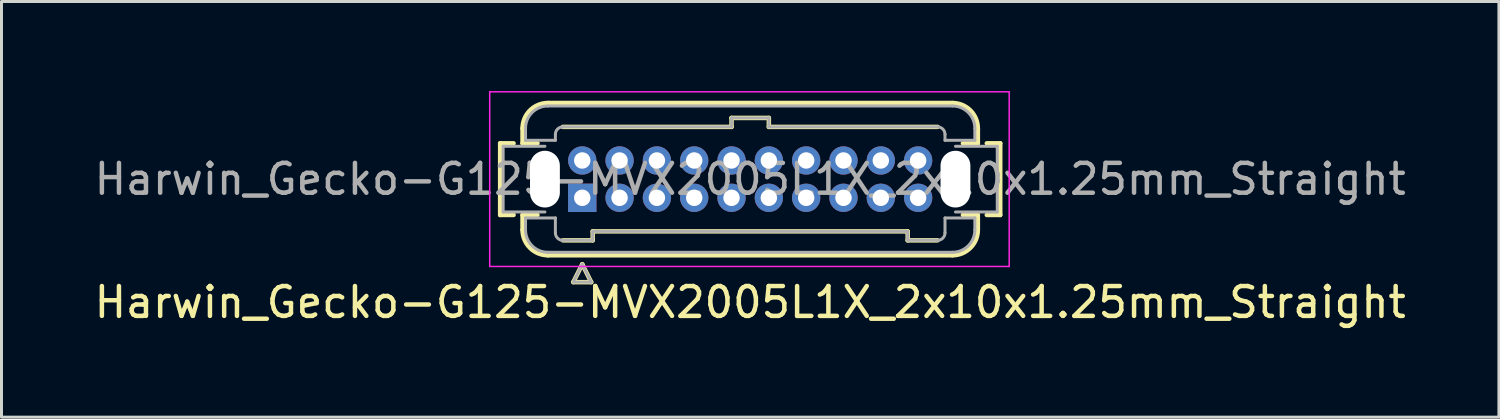
<source format=kicad_pcb>
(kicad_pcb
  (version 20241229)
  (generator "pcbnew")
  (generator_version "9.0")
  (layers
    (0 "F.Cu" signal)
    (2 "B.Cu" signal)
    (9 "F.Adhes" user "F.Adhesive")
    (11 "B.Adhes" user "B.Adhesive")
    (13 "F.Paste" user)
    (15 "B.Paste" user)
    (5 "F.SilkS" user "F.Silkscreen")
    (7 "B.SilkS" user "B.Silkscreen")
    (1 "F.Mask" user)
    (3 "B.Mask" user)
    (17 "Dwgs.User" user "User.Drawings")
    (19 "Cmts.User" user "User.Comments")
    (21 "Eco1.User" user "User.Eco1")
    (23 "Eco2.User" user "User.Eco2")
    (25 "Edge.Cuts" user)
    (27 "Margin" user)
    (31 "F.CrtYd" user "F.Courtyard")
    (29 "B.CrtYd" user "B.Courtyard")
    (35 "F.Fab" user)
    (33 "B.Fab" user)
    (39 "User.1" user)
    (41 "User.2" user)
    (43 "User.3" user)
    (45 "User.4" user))
  (footprint "Harwin_Gecko-G125-MVX2005L1X_2x10x1.25mm_Straight"
    (layer "F.Cu")
    (at 16.452 3.575)
    (property "Reference" "Harwin_Gecko-G125-MVX2005L1X_2x10x1.25mm_Straight" (at 5.625 3.5 0) (layer "F.SilkS") (effects (font (size 1 1) (thickness 0.15))))
    (attr through_hole)
    (fp_line (start -2.75 -1.825) (end -2.75 0.575) (stroke (width 0.15) (type solid)) (layer "F.SilkS"))
    (fp_line (start -2.75 0.575) (end -2.3 0.575) (stroke (width 0.15) (type solid)) (layer "F.SilkS"))
    (fp_line (start -2.3 -1.825) (end -2.75 -1.825) (stroke (width 0.15) (type solid)) (layer "F.SilkS"))
    (fp_line (start -2 -1.825) (end -2 -2.325) (stroke (width 0.15) (type solid)) (layer "F.SilkS"))
    (fp_line (start -2 -1.825) (end -1.5 -1.825) (stroke (width 0.15) (type solid)) (layer "F.SilkS"))
    (fp_line (start -2 0.575) (end -1.5 0.575) (stroke (width 0.15) (type solid)) (layer "F.SilkS"))
    (fp_line (start -2 1.075) (end -2 0.575) (stroke (width 0.15) (type solid)) (layer "F.SilkS"))
    (fp_line (start -1.15 -3.175) (end 12.4 -3.175) (stroke (width 0.15) (type solid)) (layer "F.SilkS"))
    (fp_line (start -1.15 1.925) (end 12.4 1.925) (stroke (width 0.15) (type solid)) (layer "F.SilkS"))
    (fp_line (start -0.65 -2.375) (end 5 -2.375) (stroke (width 0.15) (type solid)) (layer "F.SilkS"))
    (fp_line (start -0.65 1.425) (end 0.35 1.425) (stroke (width 0.15) (type solid)) (layer "F.SilkS"))
    (fp_line (start -0.3 2.825) (end 0.3 2.825) (stroke (width 0.15) (type solid)) (layer "F.SilkS"))
    (fp_line (start 0 2.225) (end -0.3 2.825) (stroke (width 0.15) (type solid)) (layer "F.SilkS"))
    (fp_line (start 0.3 2.825) (end 0 2.225) (stroke (width 0.15) (type solid)) (layer "F.SilkS"))
    (fp_line (start 0.35 1.125) (end 10.9 1.125) (stroke (width 0.15) (type solid)) (layer "F.SilkS"))
    (fp_line (start 0.35 1.425) (end 0.35 1.125) (stroke (width 0.15) (type solid)) (layer "F.SilkS"))
    (fp_line (start 5 -2.675) (end 6.25 -2.675) (stroke (width 0.15) (type solid)) (layer "F.SilkS"))
    (fp_line (start 5 -2.375) (end 5 -2.675) (stroke (width 0.15) (type solid)) (layer "F.SilkS"))
    (fp_line (start 6.25 -2.675) (end 6.25 -2.375) (stroke (width 0.15) (type solid)) (layer "F.SilkS"))
    (fp_line (start 6.25 -2.375) (end 11.9 -2.375) (stroke (width 0.15) (type solid)) (layer "F.SilkS"))
    (fp_line (start 10.9 1.125) (end 10.9 1.425) (stroke (width 0.15) (type solid)) (layer "F.SilkS"))
    (fp_line (start 10.9 1.425) (end 11.9 1.425) (stroke (width 0.15) (type solid)) (layer "F.SilkS"))
    (fp_line (start 13.25 -2.325) (end 13.25 -1.825) (stroke (width 0.15) (type solid)) (layer "F.SilkS"))
    (fp_line (start 13.25 -1.825) (end 12.75 -1.825) (stroke (width 0.15) (type solid)) (layer "F.SilkS"))
    (fp_line (start 13.25 0.575) (end 12.75 0.575) (stroke (width 0.15) (type solid)) (layer "F.SilkS"))
    (fp_line (start 13.25 1.075) (end 13.25 0.575) (stroke (width 0.15) (type solid)) (layer "F.SilkS"))
    (fp_line (start 13.55 0.575) (end 14 0.575) (stroke (width 0.15) (type solid)) (layer "F.SilkS"))
    (fp_line (start 14 -1.825) (end 13.55 -1.825) (stroke (width 0.15) (type solid)) (layer "F.SilkS"))
    (fp_line (start 14 -1.825) (end 14 0.575) (stroke (width 0.15) (type solid)) (layer "F.SilkS"))
    (fp_arc (start -2 -2.325) (mid -1.751041 -2.926041) (end -1.15 -3.175) (stroke (width 0.15) (type solid)) (layer "F.SilkS"))
    (fp_arc (start -1.15 1.925) (mid -1.751041 1.676041) (end -2 1.075) (stroke (width 0.15) (type solid)) (layer "F.SilkS"))
    (fp_arc (start 12.4 -3.175) (mid 13.001041 -2.926041) (end 13.25 -2.325) (stroke (width 0.15) (type solid)) (layer "F.SilkS"))
    (fp_arc (start 13.25 1.075) (mid 13.001041 1.676041) (end 12.4 1.925) (stroke (width 0.15) (type solid)) (layer "F.SilkS"))
    (fp_line (start -3.1 -3.55) (end -3.1 2.3) (stroke (width 0.05) (type solid)) (layer "F.CrtYd"))
    (fp_line (start -3.1 2.3) (end 14.3 2.3) (stroke (width 0.05) (type solid)) (layer "F.CrtYd"))
    (fp_line (start 14.3 -3.55) (end -3.1 -3.55) (stroke (width 0.05) (type solid)) (layer "F.CrtYd"))
    (fp_line (start 14.3 2.3) (end 14.3 -3.55) (stroke (width 0.05) (type solid)) (layer "F.CrtYd"))
    (fp_line (start -2.65 0.475) (end -2.65 -1.725) (stroke (width 0.1) (type solid)) (layer "F.Fab"))
    (fp_line (start -2.65 0.475) (end -1.25 0.475) (stroke (width 0.1) (type solid)) (layer "F.Fab"))
    (fp_line (start -1.9 -2.325) (end -1.9 -1.925) (stroke (width 0.1) (type solid)) (layer "F.Fab"))
    (fp_line (start -1.9 -1.925) (end -0.9 -1.925) (stroke (width 0.1) (type solid)) (layer "F.Fab"))
    (fp_line (start -1.9 0.675) (end -0.9 0.675) (stroke (width 0.1) (type solid)) (layer "F.Fab"))
    (fp_line (start -1.9 1.075) (end -1.9 0.675) (stroke (width 0.1) (type solid)) (layer "F.Fab"))
    (fp_line (start -1.25 -1.725) (end -2.65 -1.725) (stroke (width 0.1) (type solid)) (layer "F.Fab"))
    (fp_line (start -1.15 -3.075) (end 12.4 -3.075) (stroke (width 0.1) (type solid)) (layer "F.Fab"))
    (fp_line (start -1.15 1.825) (end 12.4 1.825) (stroke (width 0.1) (type solid)) (layer "F.Fab"))
    (fp_line (start -0.9 -2.125) (end -0.9 -1.925) (stroke (width 0.1) (type solid)) (layer "F.Fab"))
    (fp_line (start -0.9 1.175) (end -0.9 0.675) (stroke (width 0.1) (type solid)) (layer "F.Fab"))
    (fp_line (start -0.65 -2.375) (end 5 -2.375) (stroke (width 0.1) (type solid)) (layer "F.Fab"))
    (fp_line (start -0.65 1.425) (end 0.35 1.425) (stroke (width 0.1) (type solid)) (layer "F.Fab"))
    (fp_line (start -0.3 2.825) (end 0.3 2.825) (stroke (width 0.1) (type solid)) (layer "F.Fab"))
    (fp_line (start 0 2.225) (end -0.3 2.825) (stroke (width 0.1) (type solid)) (layer "F.Fab"))
    (fp_line (start 0.3 2.825) (end 0 2.225) (stroke (width 0.1) (type solid)) (layer "F.Fab"))
    (fp_line (start 0.35 1.125) (end 10.9 1.125) (stroke (width 0.1) (type solid)) (layer "F.Fab"))
    (fp_line (start 0.35 1.425) (end 0.35 1.125) (stroke (width 0.1) (type solid)) (layer "F.Fab"))
    (fp_line (start 5 -2.675) (end 6.25 -2.675) (stroke (width 0.1) (type solid)) (layer "F.Fab"))
    (fp_line (start 5 -2.375) (end 5 -2.675) (stroke (width 0.1) (type solid)) (layer "F.Fab"))
    (fp_line (start 6.25 -2.675) (end 6.25 -2.375) (stroke (width 0.1) (type solid)) (layer "F.Fab"))
    (fp_line (start 6.25 -2.375) (end 11.9 -2.375) (stroke (width 0.1) (type solid)) (layer "F.Fab"))
    (fp_line (start 10.9 1.125) (end 10.9 1.425) (stroke (width 0.1) (type solid)) (layer "F.Fab"))
    (fp_line (start 10.9 1.425) (end 11.9 1.425) (stroke (width 0.1) (type solid)) (layer "F.Fab"))
    (fp_line (start 12.15 -2.125) (end 12.15 -1.925) (stroke (width 0.1) (type solid)) (layer "F.Fab"))
    (fp_line (start 12.15 1.175) (end 12.15 0.675) (stroke (width 0.1) (type solid)) (layer "F.Fab"))
    (fp_line (start 12.5 0.475) (end 13.9 0.475) (stroke (width 0.1) (type solid)) (layer "F.Fab"))
    (fp_line (start 13.15 -2.325) (end 13.15 -1.925) (stroke (width 0.1) (type solid)) (layer "F.Fab"))
    (fp_line (start 13.15 -1.925) (end 12.15 -1.925) (stroke (width 0.1) (type solid)) (layer "F.Fab"))
    (fp_line (start 13.15 0.675) (end 12.15 0.675) (stroke (width 0.1) (type solid)) (layer "F.Fab"))
    (fp_line (start 13.15 1.075) (end 13.15 0.675) (stroke (width 0.1) (type solid)) (layer "F.Fab"))
    (fp_line (start 13.9 -1.725) (end 12.5 -1.725) (stroke (width 0.1) (type solid)) (layer "F.Fab"))
    (fp_line (start 13.9 -1.725) (end 13.9 0.475) (stroke (width 0.1) (type solid)) (layer "F.Fab"))
    (fp_arc (start -1.9 -2.325) (mid -1.68033 -2.85533) (end -1.15 -3.075) (stroke (width 0.1) (type solid)) (layer "F.Fab"))
    (fp_arc (start -1.15 1.825) (mid -1.68033 1.60533) (end -1.9 1.075) (stroke (width 0.1) (type solid)) (layer "F.Fab"))
    (fp_arc (start -0.9 -2.125) (mid -0.826777 -2.301777) (end -0.65 -2.375) (stroke (width 0.1) (type solid)) (layer "F.Fab"))
    (fp_arc (start -0.65 1.425) (mid -0.826777 1.351777) (end -0.9 1.175) (stroke (width 0.1) (type solid)) (layer "F.Fab"))
    (fp_arc (start 11.9 -2.375) (mid 12.076777 -2.301777) (end 12.15 -2.125) (stroke (width 0.1) (type solid)) (layer "F.Fab"))
    (fp_arc (start 12.15 1.175) (mid 12.076777 1.351777) (end 11.9 1.425) (stroke (width 0.1) (type solid)) (layer "F.Fab"))
    (fp_arc (start 12.4 -3.075) (mid 12.93033 -2.85533) (end 13.15 -2.325) (stroke (width 0.1) (type solid)) (layer "F.Fab"))
    (fp_arc (start 13.15 1.075) (mid 12.93033 1.60533) (end 12.4 1.825) (stroke (width 0.1) (type solid)) (layer "F.Fab"))
    (fp_text user "${REFERENCE}" (at 5.625 -0.625 0) (layer "F.Fab") (effects (font (size 1 1) (thickness 0.15))))
    (pad "" np_thru_hole oval (at -1.25 -0.625) (size 1 1.9) (drill oval 1 1.9) (layers "*.Cu" "*.Mask"))
    (pad "" np_thru_hole oval (at 12.5 -0.625) (size 1 1.9) (drill oval 1 1.9) (layers "*.Cu" "*.Mask"))
    (pad "1" thru_hole rect (at 0 0) (size 0.95 0.95) (drill 0.55) (layers "*.Cu" "*.Mask"))
    (pad "2" thru_hole circle (at 1.25 0) (size 0.95 0.95) (drill 0.55) (layers "*.Cu" "*.Mask"))
    (pad "3" thru_hole circle (at 2.5 0) (size 0.95 0.95) (drill 0.55) (layers "*.Cu" "*.Mask"))
    (pad "4" thru_hole circle (at 3.75 0) (size 0.95 0.95) (drill 0.55) (layers "*.Cu" "*.Mask"))
    (pad "5" thru_hole circle (at 5 0) (size 0.95 0.95) (drill 0.55) (layers "*.Cu" "*.Mask"))
    (pad "6" thru_hole circle (at 6.25 0) (size 0.95 0.95) (drill 0.55) (layers "*.Cu" "*.Mask"))
    (pad "7" thru_hole circle (at 7.5 0) (size 0.95 0.95) (drill 0.55) (layers "*.Cu" "*.Mask"))
    (pad "8" thru_hole circle (at 8.75 0) (size 0.95 0.95) (drill 0.55) (layers "*.Cu" "*.Mask"))
    (pad "9" thru_hole circle (at 10 0) (size 0.95 0.95) (drill 0.55) (layers "*.Cu" "*.Mask"))
    (pad "10" thru_hole circle (at 11.25 0) (size 0.95 0.95) (drill 0.55) (layers "*.Cu" "*.Mask"))
    (pad "11" thru_hole circle (at 0 -1.25) (size 0.95 0.95) (drill 0.55) (layers "*.Cu" "*.Mask"))
    (pad "12" thru_hole circle (at 1.25 -1.25) (size 0.95 0.95) (drill 0.55) (layers "*.Cu" "*.Mask"))
    (pad "13" thru_hole circle (at 2.5 -1.25) (size 0.95 0.95) (drill 0.55) (layers "*.Cu" "*.Mask"))
    (pad "14" thru_hole circle (at 3.75 -1.25) (size 0.95 0.95) (drill 0.55) (layers "*.Cu" "*.Mask"))
    (pad "15" thru_hole circle (at 5 -1.25) (size 0.95 0.95) (drill 0.55) (layers "*.Cu" "*.Mask"))
    (pad "16" thru_hole circle (at 6.25 -1.25) (size 0.95 0.95) (drill 0.55) (layers "*.Cu" "*.Mask"))
    (pad "17" thru_hole circle (at 7.5 -1.25) (size 0.95 0.95) (drill 0.55) (layers "*.Cu" "*.Mask"))
    (pad "18" thru_hole circle (at 8.75 -1.25) (size 0.95 0.95) (drill 0.55) (layers "*.Cu" "*.Mask"))
    (pad "19" thru_hole circle (at 10 -1.25) (size 0.95 0.95) (drill 0.55) (layers "*.Cu" "*.Mask"))
    (pad "20" thru_hole circle (at 11.25 -1.25) (size 0.95 0.95) (drill 0.55) (layers "*.Cu" "*.Mask")))
  (gr_rect
    (start -3 -3)
    (end 47.155 10.923)
    (stroke (width 0.1) (type default))
    (fill no)
    (layer "Edge.Cuts")))
</source>
